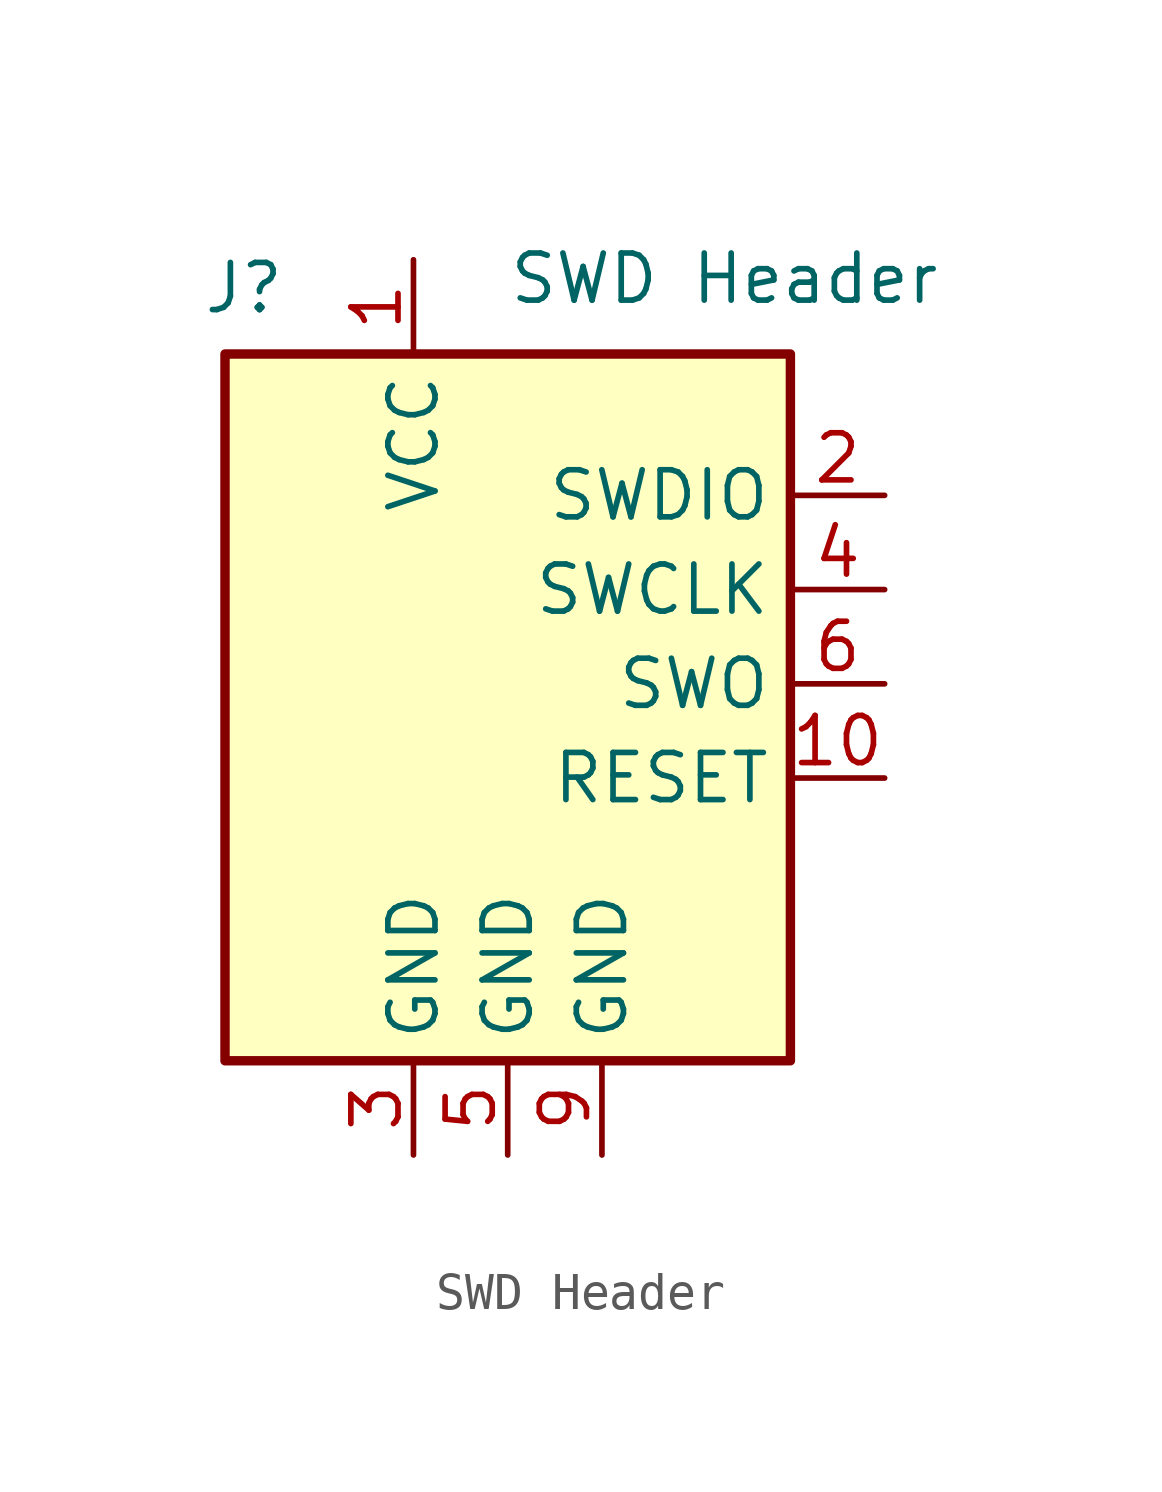
<source format=kicad_sym>
(kicad_symbol_lib
  (version 20241209)
  (generator "kicad_symbol_editor")
  (generator_version "9.0")
  (symbol "SWD Header"
    (property "Reference" "J"
      (at 0.508 1.778 0)
      (effects (font (size 1.27 1.27))))
    (property "Value" "SWD Header"
      (at 13.462 2.032 0)
      (effects (font (size 1.27 1.27))))
    (symbol "SWD Header_1_1"
      (rectangle (start 0 0) (end 15.24 -19.05) (stroke (width 0.254) (type solid)) (fill (type background)))
      (pin power_in line (at 5.08 2.54 270) (length 2.54) (name "VCC" (effects (font (size 1.27 1.27)))) (number "1" (effects (font (size 1.27 1.27)))))
      (pin power_in line (at 5.08 -21.59 90) (length 2.54) (name "GND" (effects (font (size 1.27 1.27)))) (number "3" (effects (font (size 1.27 1.27)))))
      (pin power_in line (at 7.62 -21.59 90) (length 2.54) (name "GND" (effects (font (size 1.27 1.27)))) (number "5" (effects (font (size 1.27 1.27)))))
      (pin power_in line (at 10.16 -21.59 90) (length 2.54) (name "GND" (effects (font (size 1.27 1.27)))) (number "9" (effects (font (size 1.27 1.27)))))
      (pin bidirectional line (at 17.78 -3.81 180) (length 2.54) (name "SWDIO" (effects (font (size 1.27 1.27)))) (number "2" (effects (font (size 1.27 1.27)))))
      (pin bidirectional line (at 17.78 -6.35 180) (length 2.54) (name "SWCLK" (effects (font (size 1.27 1.27)))) (number "4" (effects (font (size 1.27 1.27)))))
      (pin bidirectional line (at 17.78 -8.89 180) (length 2.54) (name "SWO" (effects (font (size 1.27 1.27)))) (number "6" (effects (font (size 1.27 1.27)))))
      (pin output line (at 17.78 -11.43 180) (length 2.54) (name "RESET" (effects (font (size 1.27 1.27)))) (number "10" (effects (font (size 1.27 1.27))))))))
</source>
